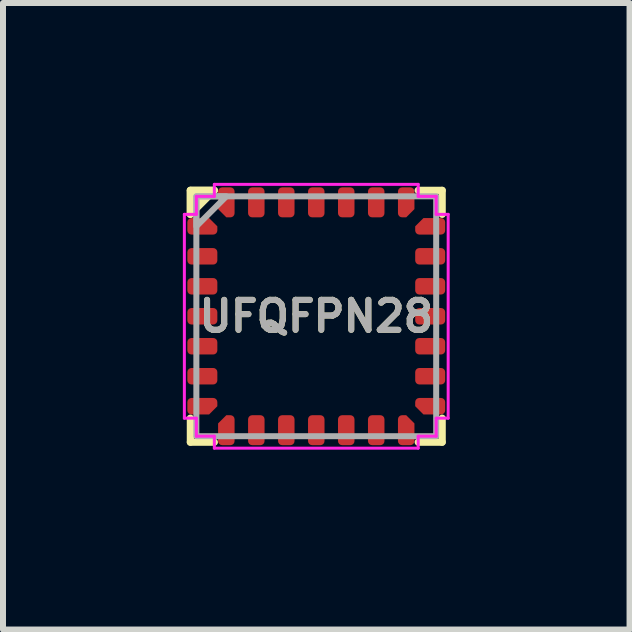
<source format=kicad_pcb>
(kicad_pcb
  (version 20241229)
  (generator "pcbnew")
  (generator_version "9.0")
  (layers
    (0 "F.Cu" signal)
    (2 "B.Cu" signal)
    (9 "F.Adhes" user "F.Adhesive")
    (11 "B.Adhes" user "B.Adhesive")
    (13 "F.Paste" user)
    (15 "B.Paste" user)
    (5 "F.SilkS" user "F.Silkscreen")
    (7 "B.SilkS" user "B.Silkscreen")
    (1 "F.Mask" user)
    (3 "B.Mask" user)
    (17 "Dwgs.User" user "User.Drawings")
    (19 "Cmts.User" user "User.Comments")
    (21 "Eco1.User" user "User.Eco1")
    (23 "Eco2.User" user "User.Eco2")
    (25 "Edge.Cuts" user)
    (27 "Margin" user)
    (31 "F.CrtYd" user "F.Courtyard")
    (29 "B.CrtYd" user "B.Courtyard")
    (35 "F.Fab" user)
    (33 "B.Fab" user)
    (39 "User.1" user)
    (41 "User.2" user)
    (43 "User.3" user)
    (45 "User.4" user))
  (footprint "UFQFPN28"
    (layer "F.Cu")
    (at 2.225 2.225)
    (property "Reference" "UFQFPN28" (at 0 0 0) (unlocked yes) (layer "F.SilkS") (effects (font (size 0.5 0.5) (thickness 0.1))))
    (attr smd)
    (fp_line (start -2.1 -2.1) (end -2.1 -1.7) (stroke (width 0.12) (type solid)) (layer "F.SilkS"))
    (fp_line (start -2.1 -2.1) (end -1.7 -2.1) (stroke (width 0.12) (type solid)) (layer "F.SilkS"))
    (fp_line (start -2.1 2.1) (end -2.1 1.7) (stroke (width 0.12) (type solid)) (layer "F.SilkS"))
    (fp_line (start -2.1 2.1) (end -1.7 2.1) (stroke (width 0.12) (type solid)) (layer "F.SilkS"))
    (fp_line (start 2.1 -2.1) (end 1.7 -2.1) (stroke (width 0.12) (type solid)) (layer "F.SilkS"))
    (fp_line (start 2.1 -2.1) (end 2.1 -1.7) (stroke (width 0.12) (type solid)) (layer "F.SilkS"))
    (fp_line (start 2.1 2.1) (end 1.7 2.1) (stroke (width 0.12) (type solid)) (layer "F.SilkS"))
    (fp_line (start 2.1 2.1) (end 2.1 1.7) (stroke (width 0.12) (type solid)) (layer "F.SilkS"))
    (fp_poly (pts (xy -2.1 -1.7) (xy -2.1 -2.1) (xy -1.7 -2.1)) (stroke (width 0.12) (type solid)) (fill yes) (layer "F.SilkS"))
    (fp_line (start -2.2 -1.7) (end -2.2 1.7) (stroke (width 0.05) (type solid)) (layer "F.CrtYd"))
    (fp_line (start -2.2 1.7) (end -2 1.7) (stroke (width 0.05) (type solid)) (layer "F.CrtYd"))
    (fp_line (start -2 -2) (end -2 -1.7) (stroke (width 0.05) (type solid)) (layer "F.CrtYd"))
    (fp_line (start -2 -1.7) (end -2.2 -1.7) (stroke (width 0.05) (type solid)) (layer "F.CrtYd"))
    (fp_line (start -2 1.7) (end -2 2) (stroke (width 0.05) (type solid)) (layer "F.CrtYd"))
    (fp_line (start -2 2) (end -1.7 2) (stroke (width 0.05) (type solid)) (layer "F.CrtYd"))
    (fp_line (start -1.7 -2.2) (end -1.7 -2) (stroke (width 0.05) (type solid)) (layer "F.CrtYd"))
    (fp_line (start -1.7 -2) (end -2 -2) (stroke (width 0.05) (type solid)) (layer "F.CrtYd"))
    (fp_line (start -1.7 2) (end -1.7 2.2) (stroke (width 0.05) (type solid)) (layer "F.CrtYd"))
    (fp_line (start -1.7 2.2) (end 1.7 2.2) (stroke (width 0.05) (type solid)) (layer "F.CrtYd"))
    (fp_line (start 1.7 -2.2) (end -1.7 -2.2) (stroke (width 0.05) (type solid)) (layer "F.CrtYd"))
    (fp_line (start 1.7 -2) (end 1.7 -2.2) (stroke (width 0.05) (type solid)) (layer "F.CrtYd"))
    (fp_line (start 1.7 2) (end 2 2) (stroke (width 0.05) (type solid)) (layer "F.CrtYd"))
    (fp_line (start 1.7 2.2) (end 1.7 2) (stroke (width 0.05) (type solid)) (layer "F.CrtYd"))
    (fp_line (start 2 -2) (end 1.7 -2) (stroke (width 0.05) (type solid)) (layer "F.CrtYd"))
    (fp_line (start 2 -1.7) (end 2 -2) (stroke (width 0.05) (type solid)) (layer "F.CrtYd"))
    (fp_line (start 2 1.7) (end 2.2 1.7) (stroke (width 0.05) (type solid)) (layer "F.CrtYd"))
    (fp_line (start 2 2) (end 2 1.7) (stroke (width 0.05) (type solid)) (layer "F.CrtYd"))
    (fp_line (start 2.2 -1.7) (end 2 -1.7) (stroke (width 0.05) (type solid)) (layer "F.CrtYd"))
    (fp_line (start 2.2 1.7) (end 2.2 -1.7) (stroke (width 0.05) (type solid)) (layer "F.CrtYd"))
    (fp_rect (start -2 -2) (end 2 2) (stroke (width 0.1) (type solid)) (fill no) (layer "F.Fab"))
    (fp_poly (pts (xy -2 -1.5) (xy -2 -2) (xy -1.5 -2)) (stroke (width 0.1) (type solid)) (fill no) (layer "F.Fab"))
    (fp_text user "${REFERENCE}" (at 0 0 0) (unlocked yes) (layer "F.Fab") (effects (font (size 0.5 0.5) (thickness 0.1))))
    (pad "1" smd roundrect (at -1.9 -1.5 90) (size 0.275 0.5) (layers "F.Cu" "F.Mask" "F.Paste") (roundrect_rratio 0.25) (chamfer_ratio 0.5) (chamfer bottom_right))
    (pad "2" smd roundrect (at -1.9 -1 90) (size 0.275 0.5) (layers "F.Cu" "F.Mask" "F.Paste") (roundrect_rratio 0.25) (chamfer_ratio 0.25) (chamfer))
    (pad "3" smd roundrect (at -1.9 -0.5 90) (size 0.275 0.5) (layers "F.Cu" "F.Mask" "F.Paste") (roundrect_rratio 0.25) (chamfer_ratio 0.25) (chamfer))
    (pad "4" smd roundrect (at -1.9 0 90) (size 0.275 0.5) (layers "F.Cu" "F.Mask" "F.Paste") (roundrect_rratio 0.25) (chamfer_ratio 0.25) (chamfer))
    (pad "5" smd roundrect (at -1.9 0.5 90) (size 0.275 0.5) (layers "F.Cu" "F.Mask" "F.Paste") (roundrect_rratio 0.25) (chamfer_ratio 0.25) (chamfer))
    (pad "6" smd roundrect (at -1.9 1 90) (size 0.275 0.5) (layers "F.Cu" "F.Mask" "F.Paste") (roundrect_rratio 0.25) (chamfer_ratio 0.25) (chamfer))
    (pad "7" smd roundrect (at -1.9 1.5 90) (size 0.275 0.5) (layers "F.Cu" "F.Mask" "F.Paste") (roundrect_rratio 0.25) (chamfer_ratio 0.5) (chamfer bottom_left))
    (pad "8" smd roundrect (at -1.5 1.9 180) (size 0.275 0.5) (layers "F.Cu" "F.Mask" "F.Paste") (roundrect_rratio 0.25) (chamfer_ratio 0.5) (chamfer bottom_right))
    (pad "9" smd roundrect (at -1 1.9 180) (size 0.275 0.5) (layers "F.Cu" "F.Mask" "F.Paste") (roundrect_rratio 0.25) (chamfer_ratio 0.25) (chamfer))
    (pad "10" smd roundrect (at -0.5 1.9 180) (size 0.275 0.5) (layers "F.Cu" "F.Mask" "F.Paste") (roundrect_rratio 0.25) (chamfer_ratio 0.25) (chamfer))
    (pad "11" smd roundrect (at 0 1.9 180) (size 0.275 0.5) (layers "F.Cu" "F.Mask" "F.Paste") (roundrect_rratio 0.25) (chamfer_ratio 0.25) (chamfer))
    (pad "12" smd roundrect (at 0.5 1.9 180) (size 0.275 0.5) (layers "F.Cu" "F.Mask" "F.Paste") (roundrect_rratio 0.25) (chamfer_ratio 0.25) (chamfer))
    (pad "13" smd roundrect (at 1 1.9 180) (size 0.275 0.5) (layers "F.Cu" "F.Mask" "F.Paste") (roundrect_rratio 0.25) (chamfer_ratio 0.25) (chamfer))
    (pad "14" smd roundrect (at 1.5 1.9 180) (size 0.275 0.5) (layers "F.Cu" "F.Mask" "F.Paste") (roundrect_rratio 0.25) (chamfer_ratio 0.5) (chamfer bottom_left))
    (pad "15" smd roundrect (at 1.9 1.5 270) (size 0.275 0.5) (layers "F.Cu" "F.Mask" "F.Paste") (roundrect_rratio 0.25) (chamfer_ratio 0.5) (chamfer bottom_right))
    (pad "16" smd roundrect (at 1.9 1 270) (size 0.275 0.5) (layers "F.Cu" "F.Mask" "F.Paste") (roundrect_rratio 0.25) (chamfer_ratio 0.25) (chamfer))
    (pad "17" smd roundrect (at 1.9 0.5 270) (size 0.275 0.5) (layers "F.Cu" "F.Mask" "F.Paste") (roundrect_rratio 0.25) (chamfer_ratio 0.25) (chamfer))
    (pad "18" smd roundrect (at 1.9 0 270) (size 0.275 0.5) (layers "F.Cu" "F.Mask" "F.Paste") (roundrect_rratio 0.25) (chamfer_ratio 0.25) (chamfer))
    (pad "19" smd roundrect (at 1.9 -0.5 270) (size 0.275 0.5) (layers "F.Cu" "F.Mask" "F.Paste") (roundrect_rratio 0.25) (chamfer_ratio 0.25) (chamfer))
    (pad "20" smd roundrect (at 1.9 -1 270) (size 0.275 0.5) (layers "F.Cu" "F.Mask" "F.Paste") (roundrect_rratio 0.25) (chamfer_ratio 0.25) (chamfer))
    (pad "21" smd roundrect (at 1.9 -1.5 270) (size 0.275 0.5) (layers "F.Cu" "F.Mask" "F.Paste") (roundrect_rratio 0.25) (chamfer_ratio 0.5) (chamfer bottom_left))
    (pad "22" smd roundrect (at 1.5 -1.9) (size 0.275 0.5) (layers "F.Cu" "F.Mask" "F.Paste") (roundrect_rratio 0.25) (chamfer_ratio 0.5) (chamfer bottom_right))
    (pad "23" smd roundrect (at 1 -1.9) (size 0.275 0.5) (layers "F.Cu" "F.Mask" "F.Paste") (roundrect_rratio 0.25) (chamfer_ratio 0.25) (chamfer))
    (pad "24" smd roundrect (at 0.5 -1.9) (size 0.275 0.5) (layers "F.Cu" "F.Mask" "F.Paste") (roundrect_rratio 0.25) (chamfer_ratio 0.25) (chamfer))
    (pad "25" smd roundrect (at 0 -1.9) (size 0.275 0.5) (layers "F.Cu" "F.Mask" "F.Paste") (roundrect_rratio 0.25) (chamfer_ratio 0.25) (chamfer))
    (pad "26" smd roundrect (at -0.5 -1.9) (size 0.275 0.5) (layers "F.Cu" "F.Mask" "F.Paste") (roundrect_rratio 0.25) (chamfer_ratio 0.25) (chamfer))
    (pad "27" smd roundrect (at -1 -1.9) (size 0.275 0.5) (layers "F.Cu" "F.Mask" "F.Paste") (roundrect_rratio 0.25) (chamfer_ratio 0.25) (chamfer))
    (pad "28" smd roundrect (at -1.5 -1.9) (size 0.275 0.5) (layers "F.Cu" "F.Mask" "F.Paste") (roundrect_rratio 0.25) (chamfer_ratio 0.5) (chamfer bottom_left)))
  (gr_rect
    (start -3 -3)
    (end 7.45 7.45)
    (stroke (width 0.1) (type default))
    (fill no)
    (layer "Edge.Cuts")))
</source>
